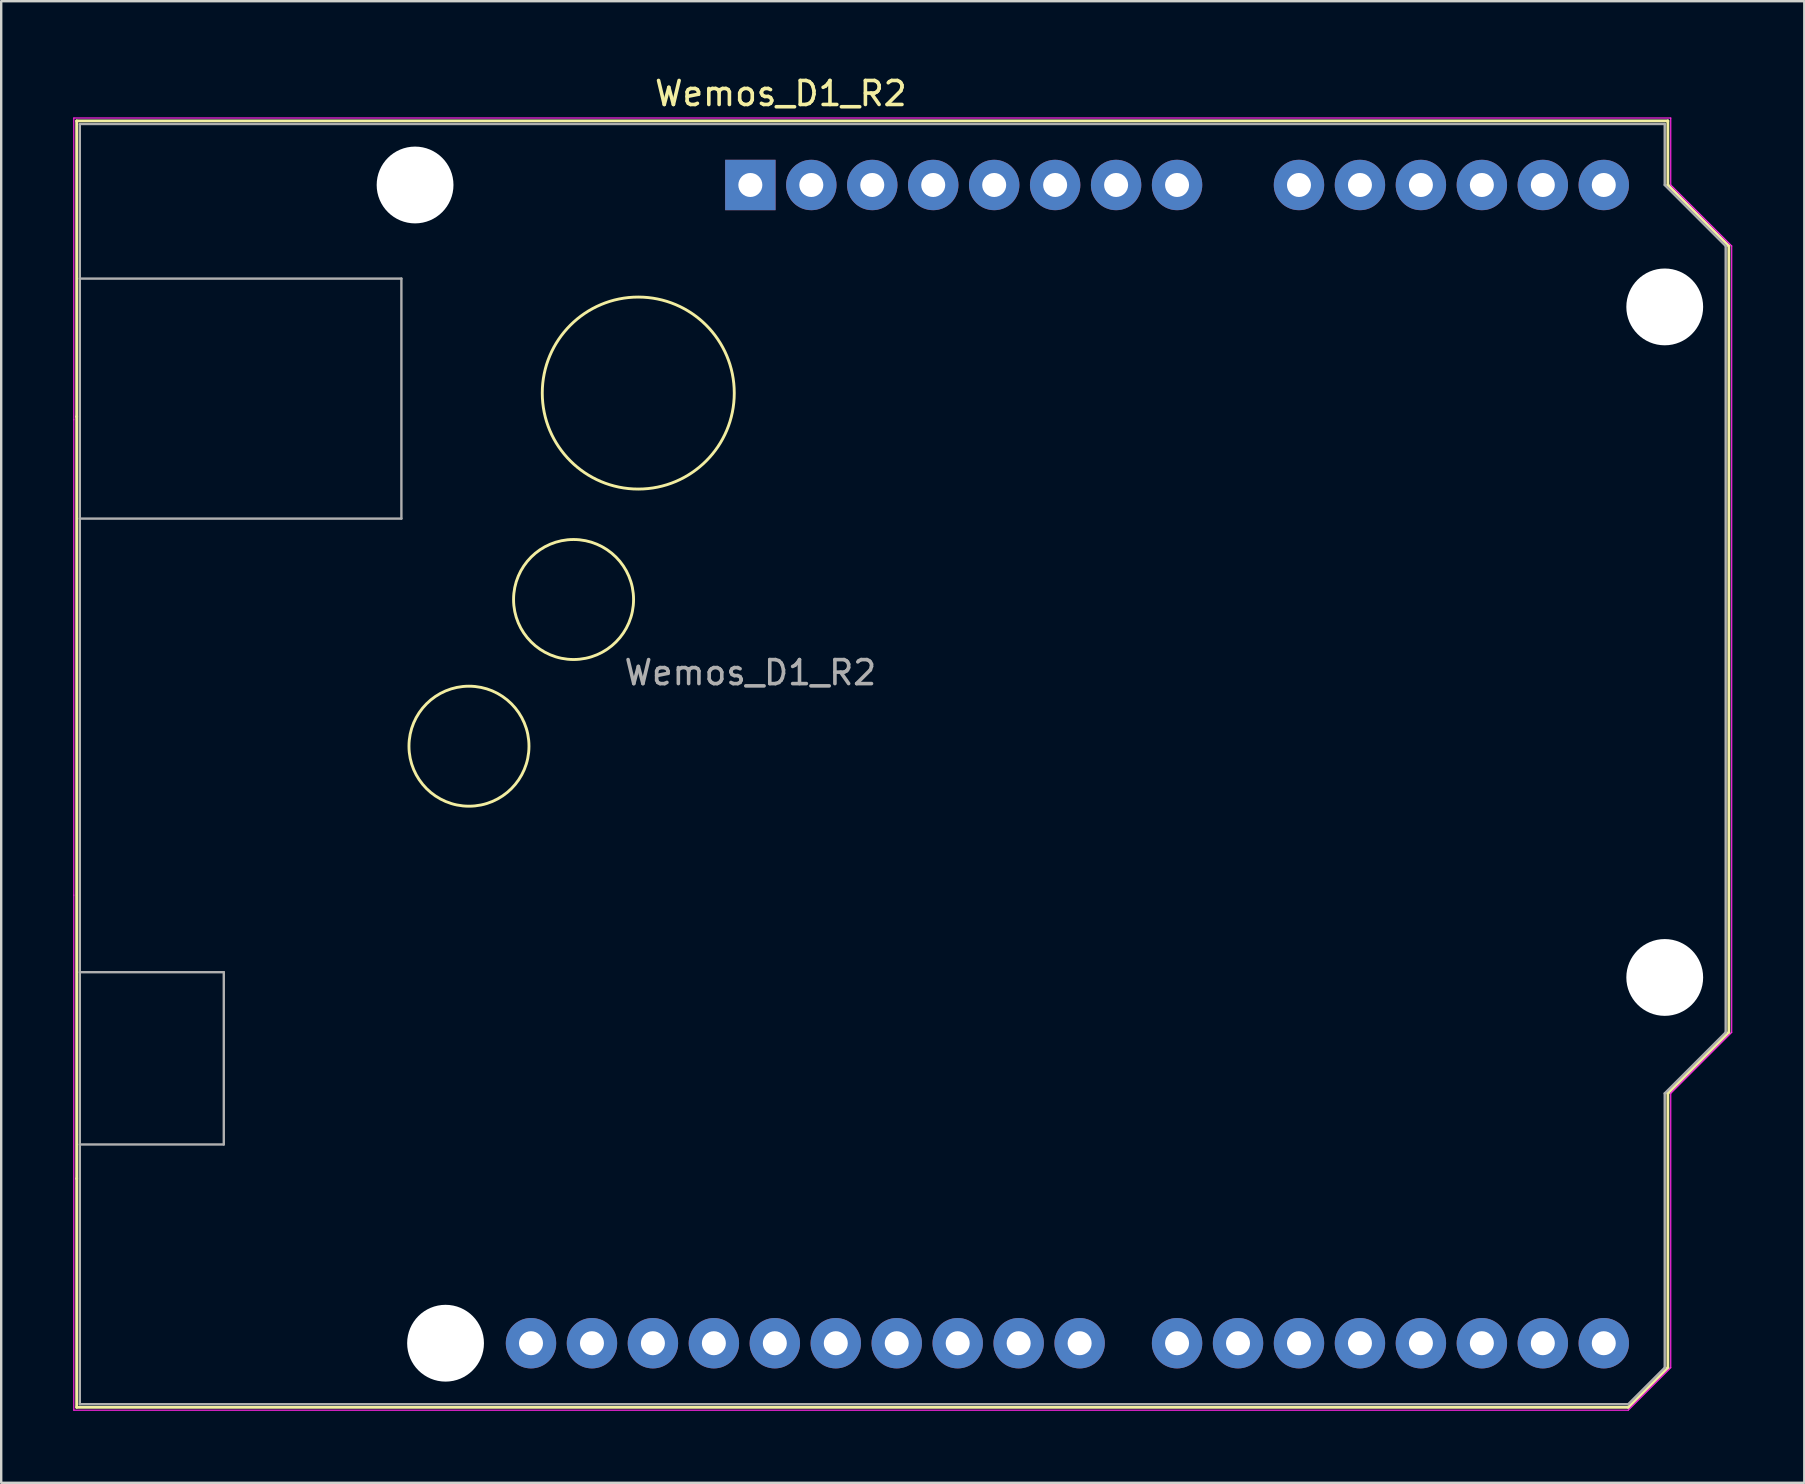
<source format=kicad_pcb>
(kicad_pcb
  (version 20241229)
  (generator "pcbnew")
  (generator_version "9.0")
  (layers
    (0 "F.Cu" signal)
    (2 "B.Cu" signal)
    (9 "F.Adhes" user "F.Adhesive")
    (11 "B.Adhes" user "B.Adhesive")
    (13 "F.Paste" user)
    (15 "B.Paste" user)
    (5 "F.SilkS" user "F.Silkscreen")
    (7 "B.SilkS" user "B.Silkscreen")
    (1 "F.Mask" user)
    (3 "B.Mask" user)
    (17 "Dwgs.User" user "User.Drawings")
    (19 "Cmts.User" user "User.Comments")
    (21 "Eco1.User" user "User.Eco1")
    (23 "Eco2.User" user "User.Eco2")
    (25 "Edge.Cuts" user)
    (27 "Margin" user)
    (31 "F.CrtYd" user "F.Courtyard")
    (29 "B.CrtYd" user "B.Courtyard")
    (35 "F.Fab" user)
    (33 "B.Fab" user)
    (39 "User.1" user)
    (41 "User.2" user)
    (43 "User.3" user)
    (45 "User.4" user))
  (footprint "Wemos_D1_R2"
    (layer "F.Cu")
    (at 28.215 4.658)
    (property "Reference" "Wemos_D1_R2" (at 1.27 -3.81 180) (layer "F.SilkS") (effects (font (size 1 1) (thickness 0.15))))
    (attr through_hole)
    (fp_line (start -28.07 -2.67) (end -28.07 9.65) (stroke (width 0.12) (type solid)) (layer "F.SilkS"))
    (fp_line (start -28.07 9.65) (end -28.07 41.4) (stroke (width 0.12) (type solid)) (layer "F.SilkS"))
    (fp_line (start -28.07 41.4) (end -28.07 50.93) (stroke (width 0.12) (type solid)) (layer "F.SilkS"))
    (fp_line (start -28.07 50.93) (end 36.58 50.93) (stroke (width 0.12) (type solid)) (layer "F.SilkS"))
    (fp_line (start 36.58 50.93) (end 38.23 49.28) (stroke (width 0.12) (type solid)) (layer "F.SilkS"))
    (fp_line (start 38.23 -2.67) (end -28.07 -2.67) (stroke (width 0.12) (type solid)) (layer "F.SilkS"))
    (fp_line (start 38.23 0) (end 38.23 -2.67) (stroke (width 0.12) (type solid)) (layer "F.SilkS"))
    (fp_line (start 38.23 37.85) (end 40.77 35.31) (stroke (width 0.12) (type solid)) (layer "F.SilkS"))
    (fp_line (start 38.23 49.28) (end 38.23 37.85) (stroke (width 0.12) (type solid)) (layer "F.SilkS"))
    (fp_line (start 40.77 2.54) (end 38.23 0) (stroke (width 0.12) (type solid)) (layer "F.SilkS"))
    (fp_line (start 40.77 35.31) (end 40.77 2.54) (stroke (width 0.12) (type solid)) (layer "F.SilkS"))
    (fp_circle (center -11.724 23.384) (end -9.224 23.384) (stroke (width 0.12) (type solid)) (fill no) (layer "F.SilkS"))
    (fp_circle (center -7.366 17.272) (end -4.866 17.272) (stroke (width 0.12) (type solid)) (fill no) (layer "F.SilkS"))
    (fp_circle (center -4.67 8.67) (end -0.67 8.67) (stroke (width 0.12) (type solid)) (fill no) (layer "F.SilkS"))
    (fp_line (start -28.19 -2.79) (end 38.35 -2.79) (stroke (width 0.05) (type solid)) (layer "F.CrtYd"))
    (fp_line (start -28.19 9.78) (end -28.19 -2.79) (stroke (width 0.05) (type solid)) (layer "F.CrtYd"))
    (fp_line (start -28.19 29.59) (end -28.19 9.78) (stroke (width 0.05) (type solid)) (layer "F.CrtYd"))
    (fp_line (start -28.19 51.05) (end -28.19 29.59) (stroke (width 0.05) (type solid)) (layer "F.CrtYd"))
    (fp_line (start 36.58 51.05) (end -28.19 51.05) (stroke (width 0.05) (type solid)) (layer "F.CrtYd"))
    (fp_line (start 38.35 -2.79) (end 38.35 0) (stroke (width 0.05) (type solid)) (layer "F.CrtYd"))
    (fp_line (start 38.35 0) (end 40.89 2.54) (stroke (width 0.05) (type solid)) (layer "F.CrtYd"))
    (fp_line (start 38.35 37.85) (end 38.35 49.28) (stroke (width 0.05) (type solid)) (layer "F.CrtYd"))
    (fp_line (start 38.35 49.28) (end 36.58 51.05) (stroke (width 0.05) (type solid)) (layer "F.CrtYd"))
    (fp_line (start 40.89 2.54) (end 40.89 35.31) (stroke (width 0.05) (type solid)) (layer "F.CrtYd"))
    (fp_line (start 40.89 35.31) (end 38.35 37.85) (stroke (width 0.05) (type solid)) (layer "F.CrtYd"))
    (fp_line (start -27.94 -2.54) (end 38.1 -2.54) (stroke (width 0.1) (type solid)) (layer "F.Fab"))
    (fp_line (start -27.94 3.9) (end -14.54 3.9) (stroke (width 0.1) (type solid)) (layer "F.Fab"))
    (fp_line (start -27.94 39.978) (end -21.94 39.978) (stroke (width 0.1) (type solid)) (layer "F.Fab"))
    (fp_line (start -27.94 50.8) (end -27.94 -2.54) (stroke (width 0.1) (type solid)) (layer "F.Fab"))
    (fp_line (start -21.94 32.8) (end -27.94 32.8) (stroke (width 0.1) (type solid)) (layer "F.Fab"))
    (fp_line (start -21.94 32.8) (end -21.94 39.978) (stroke (width 0.1) (type solid)) (layer "F.Fab"))
    (fp_line (start -14.54 3.9) (end -14.54 13.9) (stroke (width 0.1) (type solid)) (layer "F.Fab"))
    (fp_line (start -14.54 13.9) (end -27.94 13.9) (stroke (width 0.1) (type solid)) (layer "F.Fab"))
    (fp_line (start 36.58 50.8) (end -27.94 50.8) (stroke (width 0.1) (type solid)) (layer "F.Fab"))
    (fp_line (start 38.1 -2.54) (end 38.1 0) (stroke (width 0.1) (type solid)) (layer "F.Fab"))
    (fp_line (start 38.1 0) (end 40.64 2.54) (stroke (width 0.1) (type solid)) (layer "F.Fab"))
    (fp_line (start 38.1 37.85) (end 38.1 49.28) (stroke (width 0.1) (type solid)) (layer "F.Fab"))
    (fp_line (start 38.1 49.28) (end 36.58 50.8) (stroke (width 0.1) (type solid)) (layer "F.Fab"))
    (fp_line (start 40.64 2.54) (end 40.64 35.31) (stroke (width 0.1) (type solid)) (layer "F.Fab"))
    (fp_line (start 40.64 35.31) (end 38.1 37.85) (stroke (width 0.1) (type solid)) (layer "F.Fab"))
    (fp_text user "${REFERENCE}" (at 0 20.32 180) (layer "F.Fab") (effects (font (size 1 1) (thickness 0.15))))
    (pad "" np_thru_hole circle (at -13.97 0 90) (size 3.2 3.2) (drill 3.2) (layers "*.Cu" "*.Mask"))
    (pad "" np_thru_hole circle (at -12.7 48.26 90) (size 3.2 3.2) (drill 3.2) (layers "*.Cu" "*.Mask"))
    (pad "" np_thru_hole circle (at 38.1 5.08 90) (size 3.2 3.2) (drill 3.2) (layers "*.Cu" "*.Mask"))
    (pad "" np_thru_hole circle (at 38.1 33.02 90) (size 3.2 3.2) (drill 3.2) (layers "*.Cu" "*.Mask"))
    (pad "1" thru_hole rect (at 0 0 90) (size 2.1 2.1) (drill 1) (layers "*.Cu" "*.Mask"))
    (pad "2" thru_hole oval (at 2.54 0 90) (size 2.1 2.1) (drill 1) (layers "*.Cu" "*.Mask"))
    (pad "3" thru_hole oval (at 5.08 0 90) (size 2.1 2.1) (drill 1) (layers "*.Cu" "*.Mask"))
    (pad "4" thru_hole oval (at 7.62 0 90) (size 2.1 2.1) (drill 1) (layers "*.Cu" "*.Mask"))
    (pad "5" thru_hole oval (at 10.16 0 90) (size 2.1 2.1) (drill 1) (layers "*.Cu" "*.Mask"))
    (pad "6" thru_hole oval (at 12.7 0 90) (size 2.1 2.1) (drill 1) (layers "*.Cu" "*.Mask"))
    (pad "7" thru_hole oval (at 15.24 0 90) (size 2.1 2.1) (drill 1) (layers "*.Cu" "*.Mask"))
    (pad "8" thru_hole oval (at 17.78 0 90) (size 2.1 2.1) (drill 1) (layers "*.Cu" "*.Mask"))
    (pad "9" thru_hole oval (at 22.86 0 90) (size 2.1 2.1) (drill 1) (layers "*.Cu" "*.Mask"))
    (pad "10" thru_hole oval (at 25.4 0 90) (size 2.1 2.1) (drill 1) (layers "*.Cu" "*.Mask"))
    (pad "11" thru_hole oval (at 27.94 0 90) (size 2.1 2.1) (drill 1) (layers "*.Cu" "*.Mask"))
    (pad "12" thru_hole oval (at 30.48 0 90) (size 2.1 2.1) (drill 1) (layers "*.Cu" "*.Mask"))
    (pad "13" thru_hole oval (at 33.02 0 90) (size 2.1 2.1) (drill 1) (layers "*.Cu" "*.Mask"))
    (pad "14" thru_hole oval (at 35.56 0 90) (size 2.1 2.1) (drill 1) (layers "*.Cu" "*.Mask"))
    (pad "15" thru_hole oval (at 35.56 48.26 90) (size 2.1 2.1) (drill 1) (layers "*.Cu" "*.Mask"))
    (pad "16" thru_hole oval (at 33.02 48.26 90) (size 2.1 2.1) (drill 1) (layers "*.Cu" "*.Mask"))
    (pad "17" thru_hole oval (at 30.48 48.26 90) (size 2.1 2.1) (drill 1) (layers "*.Cu" "*.Mask"))
    (pad "18" thru_hole oval (at 27.94 48.26 90) (size 2.1 2.1) (drill 1) (layers "*.Cu" "*.Mask"))
    (pad "19" thru_hole oval (at 25.4 48.26 90) (size 2.1 2.1) (drill 1) (layers "*.Cu" "*.Mask"))
    (pad "20" thru_hole oval (at 22.86 48.26 90) (size 2.1 2.1) (drill 1) (layers "*.Cu" "*.Mask"))
    (pad "21" thru_hole oval (at 20.32 48.26 90) (size 2.1 2.1) (drill 1) (layers "*.Cu" "*.Mask"))
    (pad "22" thru_hole oval (at 17.78 48.26 90) (size 2.1 2.1) (drill 1) (layers "*.Cu" "*.Mask"))
    (pad "23" thru_hole oval (at 13.72 48.26 90) (size 2.1 2.1) (drill 1) (layers "*.Cu" "*.Mask"))
    (pad "24" thru_hole oval (at 11.18 48.26 90) (size 2.1 2.1) (drill 1) (layers "*.Cu" "*.Mask"))
    (pad "25" thru_hole oval (at 8.64 48.26 90) (size 2.1 2.1) (drill 1) (layers "*.Cu" "*.Mask"))
    (pad "26" thru_hole oval (at 6.1 48.26 90) (size 2.1 2.1) (drill 1) (layers "*.Cu" "*.Mask"))
    (pad "27" thru_hole oval (at 3.56 48.26 90) (size 2.1 2.1) (drill 1) (layers "*.Cu" "*.Mask"))
    (pad "28" thru_hole oval (at 1.02 48.26 90) (size 2.1 2.1) (drill 1) (layers "*.Cu" "*.Mask"))
    (pad "29" thru_hole oval (at -1.52 48.26 90) (size 2.1 2.1) (drill 1) (layers "*.Cu" "*.Mask"))
    (pad "30" thru_hole oval (at -4.06 48.26 90) (size 2.1 2.1) (drill 1) (layers "*.Cu" "*.Mask"))
    (pad "31" thru_hole oval (at -6.6 48.26 90) (size 2.1 2.1) (drill 1) (layers "*.Cu" "*.Mask"))
    (pad "32" thru_hole oval (at -9.14 48.26 90) (size 2.1 2.1) (drill 1) (layers "*.Cu" "*.Mask")))
  (gr_rect
    (start -3 -3)
    (end 72.13 58.733)
    (stroke (width 0.1) (type default))
    (fill no)
    (layer "Edge.Cuts")))
</source>
